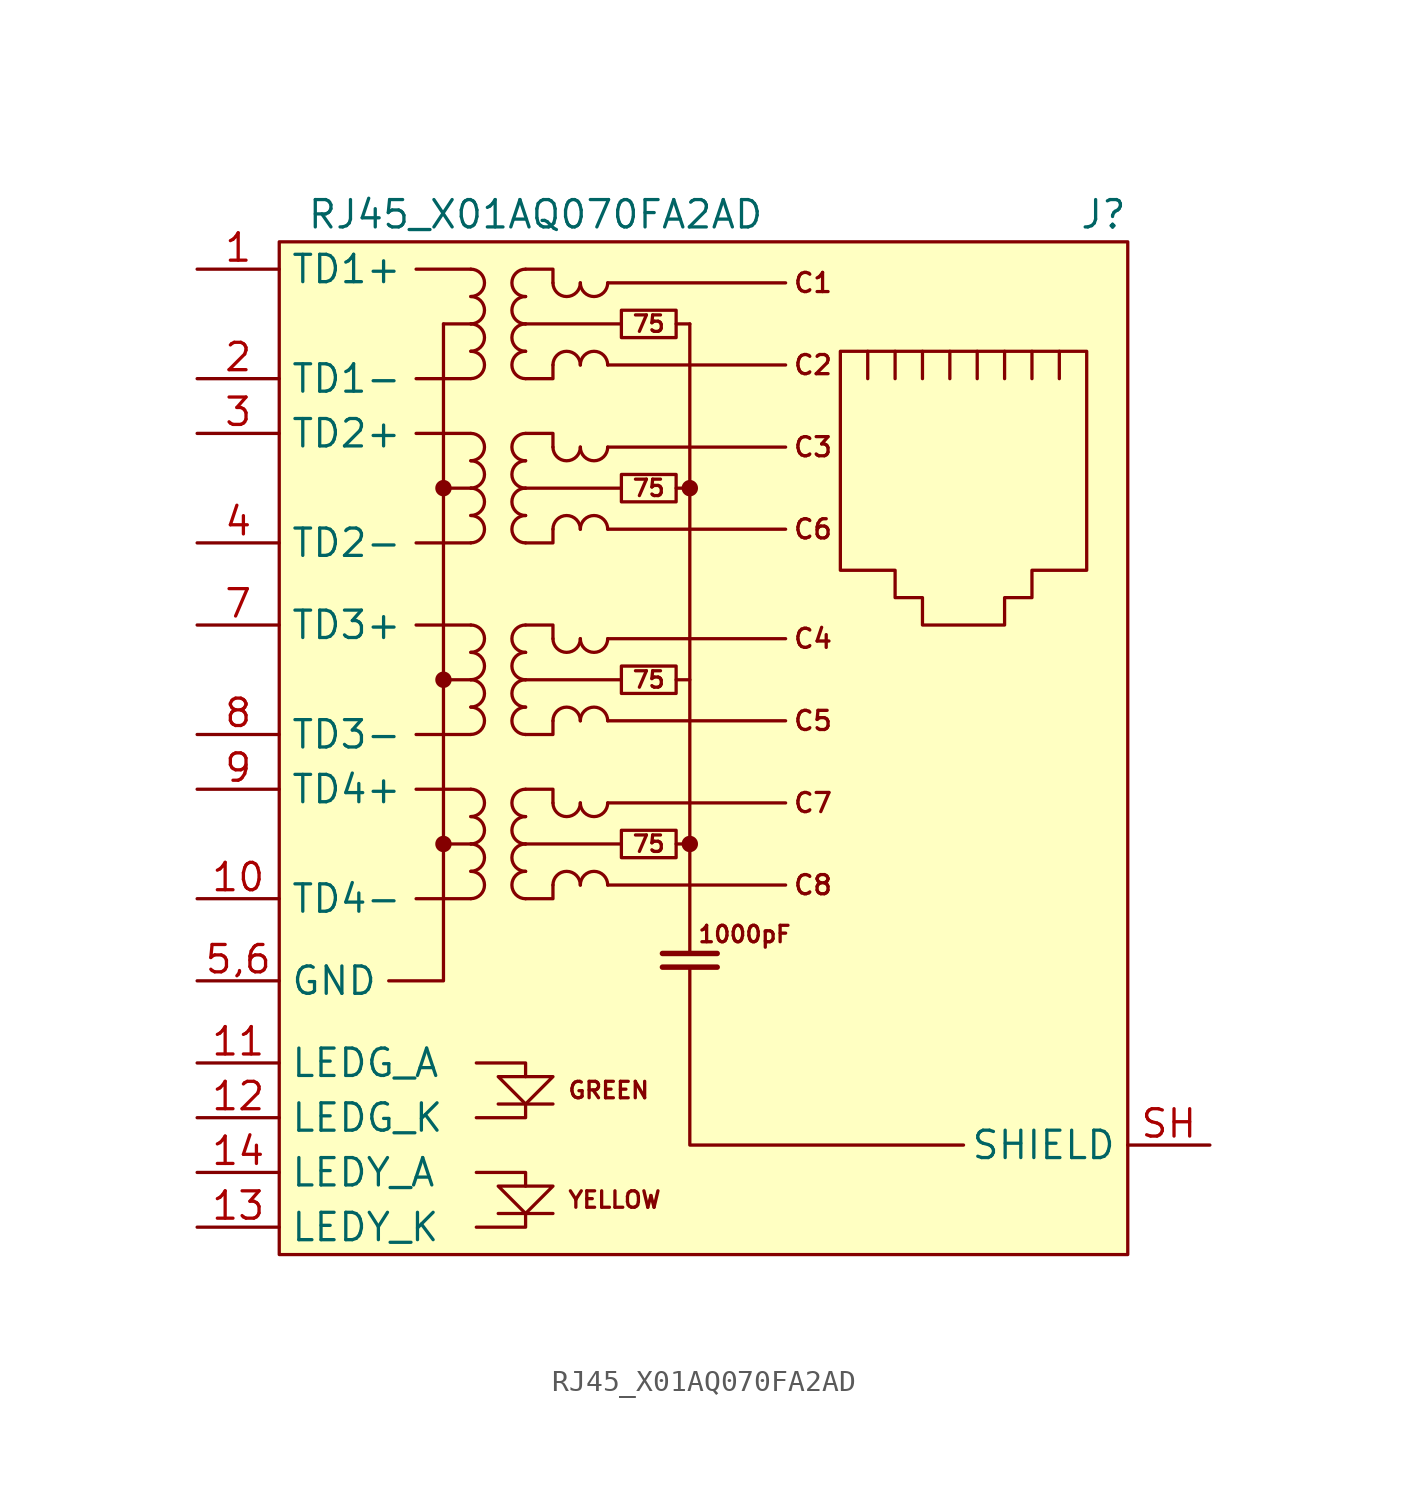
<source format=kicad_sym>
(kicad_symbol_lib
  (version 20211014)
  (generator kicad_symbol_editor)
  (symbol "RJ45_X01AQ070FA2AD"
    (property "Reference" "J"
      (at 19.05 15.24 0)
      (effects (font (size 1.27 1.27)) (justify right)))
    (property "Value" "RJ45_X01AQ070FA2AD"
      (at -19.05 15.24 0)
      (effects (font (size 1.27 1.27)) (justify left)))
    (symbol "RJ45_X01AQ070FA2AD_0_0"
      (circle (center -12.7 -13.97) (radius 0.254) (stroke (width 0.254) (type default) (color 0 0 0 0)) (fill (type outline)))
      (circle (center -12.7 -6.35) (radius 0.254) (stroke (width 0.254) (type default) (color 0 0 0 0)) (fill (type outline)))
      (circle (center -12.7 2.54) (radius 0.254) (stroke (width 0.254) (type default) (color 0 0 0 0)) (fill (type outline)))
      (circle (center -1.27 -13.97) (radius 0.254) (stroke (width 0.254) (type default) (color 0 0 0 0)) (fill (type outline)))
      (circle (center -1.27 2.54) (radius 0.254) (stroke (width 0.254) (type default) (color 0 0 0 0)) (fill (type outline)))
      (polyline (pts (xy -7.62 -31.115) (xy -10.16 -31.115)) (stroke (width 0) (type default) (color 0 0 0 0)) (fill (type none)))
      (polyline (pts (xy -7.62 -26.035) (xy -10.16 -26.035)) (stroke (width 0) (type default) (color 0 0 0 0)) (fill (type none)))
      (polyline (pts (xy -1.27 10.16) (xy -1.27 -19.05)) (stroke (width 0) (type default) (color 0 0 0 0)) (fill (type none)))
      (polyline (pts (xy 0 -19.685) (xy -2.54 -19.685)) (stroke (width 0.254) (type default) (color 0 0 0 0)) (fill (type none)))
      (polyline (pts (xy 0 -19.05) (xy -2.54 -19.05)) (stroke (width 0.254) (type default) (color 0 0 0 0)) (fill (type none)))
      (polyline (pts (xy -12.7 10.16) (xy -12.7 -20.32) (xy -15.24 -20.32)) (stroke (width 0) (type default) (color 0 0 0 0)) (fill (type none)))
      (polyline (pts (xy -11.176 -31.75) (xy -8.89 -31.75) (xy -8.89 -31.115)) (stroke (width 0) (type default) (color 0 0 0 0)) (fill (type none)))
      (polyline (pts (xy -11.176 -29.21) (xy -8.89 -29.21) (xy -8.89 -29.845)) (stroke (width 0) (type default) (color 0 0 0 0)) (fill (type none)))
      (polyline (pts (xy -11.176 -24.13) (xy -8.89 -24.13) (xy -8.89 -24.765)) (stroke (width 0) (type default) (color 0 0 0 0)) (fill (type none)))
      (polyline (pts (xy -8.89 -26.035) (xy -8.89 -26.67) (xy -11.176 -26.67)) (stroke (width 0) (type default) (color 0 0 0 0)) (fill (type none)))
      (polyline (pts (xy -1.27 -19.685) (xy -1.27 -27.94) (xy 11.43 -27.94)) (stroke (width 0) (type default) (color 0 0 0 0)) (fill (type none)))
      (polyline (pts (xy -10.16 -24.765) (xy -7.62 -24.765) (xy -8.89 -26.035) (xy -10.16 -24.765)) (stroke (width 0) (type default) (color 0 0 0 0)) (fill (type none)))
      (polyline (pts (xy -7.62 -29.845) (xy -10.16 -29.845) (xy -8.89 -31.115) (xy -7.62 -29.845)) (stroke (width 0) (type default) (color 0 0 0 0)) (fill (type none)))
      (text "1000pF" (at 1.27 -18.161 0) (effects (font (size 0.762 0.762))))
      (text "75" (at -3.175 -13.97 0) (effects (font (size 0.762 0.762))))
      (text "75" (at -3.175 -6.35 0) (effects (font (size 0.762 0.762))))
      (text "75" (at -3.175 2.54 0) (effects (font (size 0.762 0.762))))
      (text "75" (at -3.175 10.16 0) (effects (font (size 0.762 0.762))))
      (text "C1" (at 4.445 12.065 0) (effects (font (size 0.889 0.889))))
      (text "C2" (at 4.445 8.255 0) (effects (font (size 0.889 0.889))))
      (text "C3" (at 4.445 4.445 0) (effects (font (size 0.889 0.889))))
      (text "C4" (at 4.445 -4.445 0) (effects (font (size 0.889 0.889))))
      (text "C5" (at 4.445 -8.255 0) (effects (font (size 0.889 0.889))))
      (text "C6" (at 4.445 0.635 0) (effects (font (size 0.889 0.889))))
      (text "C7" (at 4.445 -12.065 0) (effects (font (size 0.889 0.889))))
      (text "C8" (at 4.445 -15.875 0) (effects (font (size 0.889 0.889))))
      (text "GREEN" (at -6.985 -25.4 0) (effects (font (size 0.762 0.762)) (justify left)))
      (text "YELLOW" (at -6.985 -30.48 0) (effects (font (size 0.762 0.762)) (justify left))))
    (symbol "RJ45_X01AQ070FA2AD_0_1"
      (rectangle (start -20.32 13.97) (end 19.05 -33.02) (stroke (width 0.152) (type default) (color 0 0 0 0)) (fill (type background)))
      (arc (start -11.43 -16.51) (mid -10.795 -15.875) (end -11.43 -15.24) (stroke (width 0) (type default) (color 0 0 0 0)) (fill (type none)))
      (arc (start -11.43 -15.24) (mid -10.795 -14.605) (end -11.43 -13.97) (stroke (width 0) (type default) (color 0 0 0 0)) (fill (type none)))
      (arc (start -11.43 -13.97) (mid -10.795 -13.335) (end -11.43 -12.7) (stroke (width 0) (type default) (color 0 0 0 0)) (fill (type none)))
      (arc (start -11.43 -12.7) (mid -10.795 -12.065) (end -11.43 -11.43) (stroke (width 0) (type default) (color 0 0 0 0)) (fill (type none)))
      (arc (start -11.43 -8.89) (mid -10.795 -8.255) (end -11.43 -7.62) (stroke (width 0) (type default) (color 0 0 0 0)) (fill (type none)))
      (arc (start -11.43 -7.62) (mid -10.795 -6.985) (end -11.43 -6.35) (stroke (width 0) (type default) (color 0 0 0 0)) (fill (type none)))
      (arc (start -11.43 -6.35) (mid -10.795 -5.715) (end -11.43 -5.08) (stroke (width 0) (type default) (color 0 0 0 0)) (fill (type none)))
      (arc (start -11.43 -5.08) (mid -10.795 -4.445) (end -11.43 -3.81) (stroke (width 0) (type default) (color 0 0 0 0)) (fill (type none)))
      (arc (start -11.43 0) (mid -10.795 0.635) (end -11.43 1.27) (stroke (width 0) (type default) (color 0 0 0 0)) (fill (type none)))
      (arc (start -11.43 1.27) (mid -10.795 1.905) (end -11.43 2.54) (stroke (width 0) (type default) (color 0 0 0 0)) (fill (type none)))
      (arc (start -11.43 2.54) (mid -10.795 3.175) (end -11.43 3.81) (stroke (width 0) (type default) (color 0 0 0 0)) (fill (type none)))
      (arc (start -11.43 3.81) (mid -10.795 4.445) (end -11.43 5.08) (stroke (width 0) (type default) (color 0 0 0 0)) (fill (type none)))
      (arc (start -11.43 7.62) (mid -10.795 8.255) (end -11.43 8.89) (stroke (width 0) (type default) (color 0 0 0 0)) (fill (type none)))
      (arc (start -11.43 8.89) (mid -10.795 9.525) (end -11.43 10.16) (stroke (width 0) (type default) (color 0 0 0 0)) (fill (type none)))
      (arc (start -11.43 10.16) (mid -10.795 10.795) (end -11.43 11.43) (stroke (width 0) (type default) (color 0 0 0 0)) (fill (type none)))
      (arc (start -11.43 11.43) (mid -10.795 12.065) (end -11.43 12.7) (stroke (width 0) (type default) (color 0 0 0 0)) (fill (type none)))
      (arc (start -8.89 -15.24) (mid -9.525 -15.875) (end -8.89 -16.51) (stroke (width 0) (type default) (color 0 0 0 0)) (fill (type none)))
      (arc (start -8.89 -13.97) (mid -9.525 -14.605) (end -8.89 -15.24) (stroke (width 0) (type default) (color 0 0 0 0)) (fill (type none)))
      (arc (start -8.89 -12.7) (mid -9.525 -13.335) (end -8.89 -13.97) (stroke (width 0) (type default) (color 0 0 0 0)) (fill (type none)))
      (arc (start -8.89 -11.43) (mid -9.525 -12.065) (end -8.89 -12.7) (stroke (width 0) (type default) (color 0 0 0 0)) (fill (type none)))
      (arc (start -8.89 -7.62) (mid -9.525 -8.255) (end -8.89 -8.89) (stroke (width 0) (type default) (color 0 0 0 0)) (fill (type none)))
      (arc (start -8.89 -6.35) (mid -9.525 -6.985) (end -8.89 -7.62) (stroke (width 0) (type default) (color 0 0 0 0)) (fill (type none)))
      (arc (start -8.89 -5.08) (mid -9.525 -5.715) (end -8.89 -6.35) (stroke (width 0) (type default) (color 0 0 0 0)) (fill (type none)))
      (arc (start -8.89 -3.81) (mid -9.525 -4.445) (end -8.89 -5.08) (stroke (width 0) (type default) (color 0 0 0 0)) (fill (type none)))
      (arc (start -8.89 1.27) (mid -9.525 0.635) (end -8.89 0) (stroke (width 0) (type default) (color 0 0 0 0)) (fill (type none)))
      (arc (start -8.89 2.54) (mid -9.525 1.905) (end -8.89 1.27) (stroke (width 0) (type default) (color 0 0 0 0)) (fill (type none)))
      (arc (start -8.89 3.81) (mid -9.525 3.175) (end -8.89 2.54) (stroke (width 0) (type default) (color 0 0 0 0)) (fill (type none)))
      (arc (start -8.89 5.08) (mid -9.525 4.445) (end -8.89 3.81) (stroke (width 0) (type default) (color 0 0 0 0)) (fill (type none)))
      (arc (start -8.89 8.89) (mid -9.525 8.255) (end -8.89 7.62) (stroke (width 0) (type default) (color 0 0 0 0)) (fill (type none)))
      (arc (start -8.89 10.16) (mid -9.525 9.525) (end -8.89 8.89) (stroke (width 0) (type default) (color 0 0 0 0)) (fill (type none)))
      (arc (start -8.89 11.43) (mid -9.525 10.795) (end -8.89 10.16) (stroke (width 0) (type default) (color 0 0 0 0)) (fill (type none)))
      (arc (start -8.89 12.7) (mid -9.525 12.065) (end -8.89 11.43) (stroke (width 0) (type default) (color 0 0 0 0)) (fill (type none)))
      (arc (start -7.62 -12.065) (mid -6.985 -12.7) (end -6.35 -12.065) (stroke (width 0) (type default) (color 0 0 0 0)) (fill (type none)))
      (arc (start -7.62 -4.445) (mid -6.985 -5.08) (end -6.35 -4.445) (stroke (width 0) (type default) (color 0 0 0 0)) (fill (type none)))
      (arc (start -7.62 4.445) (mid -6.985 3.81) (end -6.35 4.445) (stroke (width 0) (type default) (color 0 0 0 0)) (fill (type none)))
      (arc (start -7.62 12.065) (mid -6.985 11.43) (end -6.35 12.065) (stroke (width 0) (type default) (color 0 0 0 0)) (fill (type none)))
      (arc (start -6.35 -15.875) (mid -6.985 -15.24) (end -7.62 -15.875) (stroke (width 0) (type default) (color 0 0 0 0)) (fill (type none)))
      (arc (start -6.35 -12.065) (mid -5.715 -12.7) (end -5.08 -12.065) (stroke (width 0) (type default) (color 0 0 0 0)) (fill (type none)))
      (arc (start -6.35 -8.255) (mid -6.985 -7.62) (end -7.62 -8.255) (stroke (width 0) (type default) (color 0 0 0 0)) (fill (type none)))
      (arc (start -6.35 -4.445) (mid -5.715 -5.08) (end -5.08 -4.445) (stroke (width 0) (type default) (color 0 0 0 0)) (fill (type none)))
      (arc (start -6.35 0.635) (mid -6.985 1.27) (end -7.62 0.635) (stroke (width 0) (type default) (color 0 0 0 0)) (fill (type none)))
      (arc (start -6.35 4.445) (mid -5.715 3.81) (end -5.08 4.445) (stroke (width 0) (type default) (color 0 0 0 0)) (fill (type none)))
      (arc (start -6.35 8.255) (mid -6.985 8.89) (end -7.62 8.255) (stroke (width 0) (type default) (color 0 0 0 0)) (fill (type none)))
      (arc (start -6.35 12.065) (mid -5.715 11.43) (end -5.08 12.065) (stroke (width 0) (type default) (color 0 0 0 0)) (fill (type none)))
      (arc (start -5.08 -15.875) (mid -5.715 -15.24) (end -6.35 -15.875) (stroke (width 0) (type default) (color 0 0 0 0)) (fill (type none)))
      (arc (start -5.08 -8.255) (mid -5.715 -7.62) (end -6.35 -8.255) (stroke (width 0) (type default) (color 0 0 0 0)) (fill (type none)))
      (arc (start -5.08 0.635) (mid -5.715 1.27) (end -6.35 0.635) (stroke (width 0) (type default) (color 0 0 0 0)) (fill (type none)))
      (arc (start -5.08 8.255) (mid -5.715 8.89) (end -6.35 8.255) (stroke (width 0) (type default) (color 0 0 0 0)) (fill (type none)))
      (rectangle (start -4.445 -13.335) (end -1.905 -14.605) (stroke (width 0) (type default) (color 0 0 0 0)) (fill (type none)))
      (rectangle (start -4.445 -5.715) (end -1.905 -6.985) (stroke (width 0) (type default) (color 0 0 0 0)) (fill (type none)))
      (rectangle (start -4.445 3.175) (end -1.905 1.905) (stroke (width 0) (type default) (color 0 0 0 0)) (fill (type none)))
      (rectangle (start -4.445 10.795) (end -1.905 9.525) (stroke (width 0) (type default) (color 0 0 0 0)) (fill (type none)))
      (polyline (pts (xy -11.43 -16.51) (xy -13.97 -16.51)) (stroke (width 0) (type default) (color 0 0 0 0)) (fill (type none)))
      (polyline (pts (xy -11.43 -13.97) (xy -12.7 -13.97)) (stroke (width 0) (type default) (color 0 0 0 0)) (fill (type none)))
      (polyline (pts (xy -11.43 -11.43) (xy -13.97 -11.43)) (stroke (width 0) (type default) (color 0 0 0 0)) (fill (type none)))
      (polyline (pts (xy -11.43 -8.89) (xy -13.97 -8.89)) (stroke (width 0) (type default) (color 0 0 0 0)) (fill (type none)))
      (polyline (pts (xy -11.43 -6.35) (xy -12.7 -6.35)) (stroke (width 0) (type default) (color 0 0 0 0)) (fill (type none)))
      (polyline (pts (xy -11.43 -3.81) (xy -13.97 -3.81)) (stroke (width 0) (type default) (color 0 0 0 0)) (fill (type none)))
      (polyline (pts (xy -11.43 0) (xy -13.97 0)) (stroke (width 0) (type default) (color 0 0 0 0)) (fill (type none)))
      (polyline (pts (xy -11.43 2.54) (xy -12.7 2.54)) (stroke (width 0) (type default) (color 0 0 0 0)) (fill (type none)))
      (polyline (pts (xy -11.43 5.08) (xy -13.97 5.08)) (stroke (width 0) (type default) (color 0 0 0 0)) (fill (type none)))
      (polyline (pts (xy -11.43 7.62) (xy -13.97 7.62)) (stroke (width 0) (type default) (color 0 0 0 0)) (fill (type none)))
      (polyline (pts (xy -11.43 10.16) (xy -12.7 10.16)) (stroke (width 0) (type default) (color 0 0 0 0)) (fill (type none)))
      (polyline (pts (xy -11.43 12.7) (xy -13.97 12.7)) (stroke (width 0) (type default) (color 0 0 0 0)) (fill (type none)))
      (polyline (pts (xy -5.08 -15.875) (xy 3.175 -15.875)) (stroke (width 0) (type default) (color 0 0 0 0)) (fill (type none)))
      (polyline (pts (xy -5.08 -12.065) (xy 3.175 -12.065)) (stroke (width 0) (type default) (color 0 0 0 0)) (fill (type none)))
      (polyline (pts (xy -5.08 -8.255) (xy 3.175 -8.255)) (stroke (width 0) (type default) (color 0 0 0 0)) (fill (type none)))
      (polyline (pts (xy -5.08 -4.445) (xy 3.175 -4.445)) (stroke (width 0) (type default) (color 0 0 0 0)) (fill (type none)))
      (polyline (pts (xy -5.08 0.635) (xy 3.175 0.635)) (stroke (width 0) (type default) (color 0 0 0 0)) (fill (type none)))
      (polyline (pts (xy -5.08 4.445) (xy 3.175 4.445)) (stroke (width 0) (type default) (color 0 0 0 0)) (fill (type none)))
      (polyline (pts (xy -5.08 8.255) (xy 3.175 8.255)) (stroke (width 0) (type default) (color 0 0 0 0)) (fill (type none)))
      (polyline (pts (xy -5.08 12.065) (xy 3.175 12.065)) (stroke (width 0) (type default) (color 0 0 0 0)) (fill (type none)))
      (polyline (pts (xy -4.445 -13.97) (xy -8.89 -13.97)) (stroke (width 0) (type default) (color 0 0 0 0)) (fill (type none)))
      (polyline (pts (xy -4.445 -6.35) (xy -8.89 -6.35)) (stroke (width 0) (type default) (color 0 0 0 0)) (fill (type none)))
      (polyline (pts (xy -4.445 2.54) (xy -8.89 2.54)) (stroke (width 0) (type default) (color 0 0 0 0)) (fill (type none)))
      (polyline (pts (xy -4.445 10.16) (xy -8.89 10.16)) (stroke (width 0) (type default) (color 0 0 0 0)) (fill (type none)))
      (polyline (pts (xy -1.27 -13.97) (xy -1.905 -13.97)) (stroke (width 0.152) (type default) (color 0 0 0 0)) (fill (type none)))
      (polyline (pts (xy -1.27 -6.35) (xy -1.905 -6.35)) (stroke (width 0.152) (type default) (color 0 0 0 0)) (fill (type none)))
      (polyline (pts (xy -1.27 2.54) (xy -1.905 2.54)) (stroke (width 0.152) (type default) (color 0 0 0 0)) (fill (type none)))
      (polyline (pts (xy -1.27 10.16) (xy -1.905 10.16)) (stroke (width 0.152) (type default) (color 0 0 0 0)) (fill (type none)))
      (polyline (pts (xy 6.985 7.62) (xy 6.985 8.89)) (stroke (width 0) (type default) (color 0 0 0 0)) (fill (type none)))
      (polyline (pts (xy 8.255 8.89) (xy 8.255 7.62)) (stroke (width 0) (type default) (color 0 0 0 0)) (fill (type none)))
      (polyline (pts (xy 9.525 8.89) (xy 9.525 7.62)) (stroke (width 0) (type default) (color 0 0 0 0)) (fill (type none)))
      (polyline (pts (xy 10.795 8.89) (xy 10.795 7.62)) (stroke (width 0) (type default) (color 0 0 0 0)) (fill (type none)))
      (polyline (pts (xy 12.065 8.89) (xy 12.065 7.62)) (stroke (width 0) (type default) (color 0 0 0 0)) (fill (type none)))
      (polyline (pts (xy 13.335 8.89) (xy 13.335 7.62)) (stroke (width 0) (type default) (color 0 0 0 0)) (fill (type none)))
      (polyline (pts (xy 14.605 7.62) (xy 14.605 8.89)) (stroke (width 0) (type default) (color 0 0 0 0)) (fill (type none)))
      (polyline (pts (xy 15.875 7.62) (xy 15.875 8.89)) (stroke (width 0) (type default) (color 0 0 0 0)) (fill (type none)))
      (polyline (pts (xy -8.89 -11.43) (xy -7.62 -11.43) (xy -7.62 -12.065)) (stroke (width 0) (type default) (color 0 0 0 0)) (fill (type none)))
      (polyline (pts (xy -8.89 -3.81) (xy -7.62 -3.81) (xy -7.62 -4.445)) (stroke (width 0) (type default) (color 0 0 0 0)) (fill (type none)))
      (polyline (pts (xy -8.89 5.08) (xy -7.62 5.08) (xy -7.62 4.445)) (stroke (width 0) (type default) (color 0 0 0 0)) (fill (type none)))
      (polyline (pts (xy -8.89 12.7) (xy -7.62 12.7) (xy -7.62 12.065)) (stroke (width 0) (type default) (color 0 0 0 0)) (fill (type none)))
      (polyline (pts (xy -7.62 -15.875) (xy -7.62 -16.51) (xy -8.89 -16.51)) (stroke (width 0) (type default) (color 0 0 0 0)) (fill (type none)))
      (polyline (pts (xy -7.62 -8.255) (xy -7.62 -8.89) (xy -8.89 -8.89)) (stroke (width 0) (type default) (color 0 0 0 0)) (fill (type none)))
      (polyline (pts (xy -7.62 0.635) (xy -7.62 0) (xy -8.89 0)) (stroke (width 0) (type default) (color 0 0 0 0)) (fill (type none)))
      (polyline (pts (xy -7.62 8.255) (xy -7.62 7.62) (xy -8.89 7.62)) (stroke (width 0) (type default) (color 0 0 0 0)) (fill (type none)))
      (polyline (pts (xy 5.715 8.89) (xy 17.145 8.89) (xy 17.145 -1.27) (xy 14.605 -1.27) (xy 14.605 -2.54) (xy 13.335 -2.54) (xy 13.335 -3.81) (xy 9.525 -3.81) (xy 9.525 -2.54) (xy 8.255 -2.54) (xy 8.255 -1.27) (xy 5.715 -1.27) (xy 5.715 8.89)) (stroke (width 0) (type default) (color 0 0 0 0)) (fill (type none))))
    (symbol "RJ45_X01AQ070FA2AD_1_1"
      (pin passive line (at -24.13 12.7 0) (length 3.81) (name "TD1+" (effects (font (size 1.27 1.27)))) (number "1" (effects (font (size 1.27 1.27)))))
      (pin passive line (at -24.13 -16.51 0) (length 3.81) (name "TD4-" (effects (font (size 1.27 1.27)))) (number "10" (effects (font (size 1.27 1.27)))))
      (pin passive line (at -24.13 -24.13 0) (length 3.81) (name "LEDG_A" (effects (font (size 1.27 1.27)))) (number "11" (effects (font (size 1.27 1.27)))))
      (pin passive line (at -24.13 -26.67 0) (length 3.81) (name "LEDG_K" (effects (font (size 1.27 1.27)))) (number "12" (effects (font (size 1.27 1.27)))))
      (pin passive line (at -24.13 -31.75 0) (length 3.81) (name "LEDY_K" (effects (font (size 1.27 1.27)))) (number "13" (effects (font (size 1.27 1.27)))))
      (pin passive line (at -24.13 -29.21 0) (length 3.81) (name "LEDY_A" (effects (font (size 1.27 1.27)))) (number "14" (effects (font (size 1.27 1.27)))))
      (pin passive line (at -24.13 7.62 0) (length 3.81) (name "TD1-" (effects (font (size 1.27 1.27)))) (number "2" (effects (font (size 1.27 1.27)))))
      (pin passive line (at -24.13 5.08 0) (length 3.81) (name "TD2+" (effects (font (size 1.27 1.27)))) (number "3" (effects (font (size 1.27 1.27)))))
      (pin passive line (at -24.13 0 0) (length 3.81) (name "TD2-" (effects (font (size 1.27 1.27)))) (number "4" (effects (font (size 1.27 1.27)))))
      (pin power_in line (at -24.13 -20.32 0) (length 3.81) (name "GND" (effects (font (size 1.27 1.27)))) (number "5,6" (effects (font (size 1.27 1.27)))))
      (pin passive line (at -24.13 -3.81 0) (length 3.81) (name "TD3+" (effects (font (size 1.27 1.27)))) (number "7" (effects (font (size 1.27 1.27)))))
      (pin passive line (at -24.13 -8.89 0) (length 3.81) (name "TD3-" (effects (font (size 1.27 1.27)))) (number "8" (effects (font (size 1.27 1.27)))))
      (pin passive line (at -24.13 -11.43 0) (length 3.81) (name "TD4+" (effects (font (size 1.27 1.27)))) (number "9" (effects (font (size 1.27 1.27)))))
      (pin passive line (at 22.86 -27.94 180) (length 3.81) (name "SHIELD" (effects (font (size 1.27 1.27)))) (number "SH" (effects (font (size 1.27 1.27))))))))
</source>
